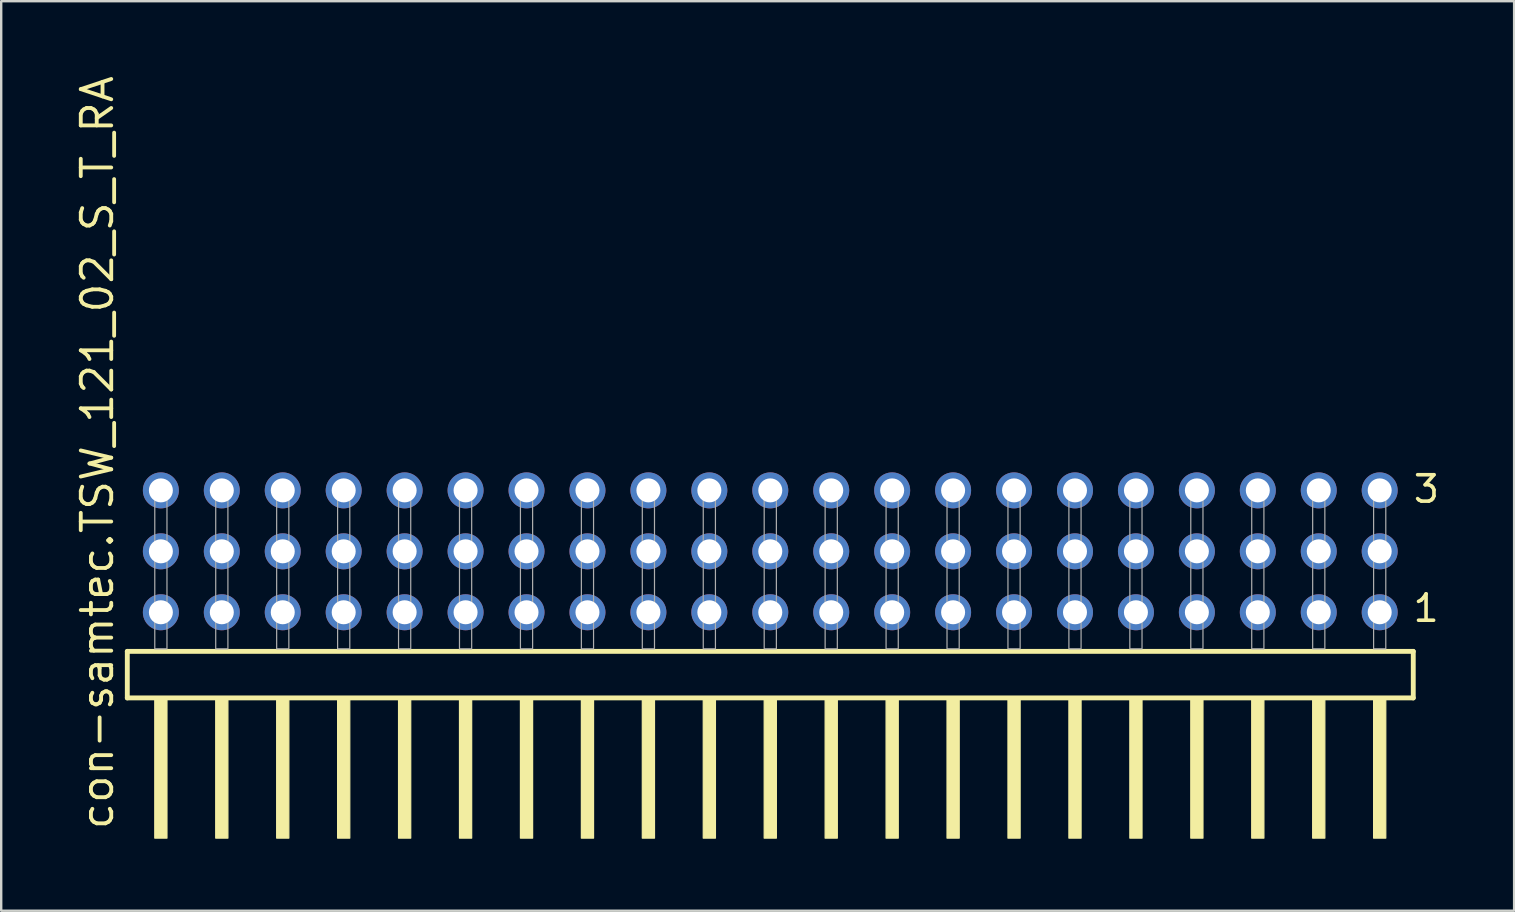
<source format=kicad_pcb>
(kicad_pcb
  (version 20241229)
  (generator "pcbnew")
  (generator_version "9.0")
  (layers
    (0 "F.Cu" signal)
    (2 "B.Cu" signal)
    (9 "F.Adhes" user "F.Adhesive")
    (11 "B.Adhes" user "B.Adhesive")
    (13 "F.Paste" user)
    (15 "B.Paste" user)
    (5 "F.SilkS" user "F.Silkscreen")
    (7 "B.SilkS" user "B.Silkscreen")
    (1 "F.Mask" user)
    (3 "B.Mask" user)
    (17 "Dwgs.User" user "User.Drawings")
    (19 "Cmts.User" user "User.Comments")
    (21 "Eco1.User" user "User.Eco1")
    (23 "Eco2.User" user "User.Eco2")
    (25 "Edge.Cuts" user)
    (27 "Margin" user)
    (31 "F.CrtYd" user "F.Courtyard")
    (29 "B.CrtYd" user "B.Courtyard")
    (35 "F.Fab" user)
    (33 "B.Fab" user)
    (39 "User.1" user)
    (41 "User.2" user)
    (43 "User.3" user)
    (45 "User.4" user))
  (footprint "con-samtec.TSW_121_02_S_T_RA"
    (layer "F.Cu")
    (at 29.055 23.993)
    (property "Reference" "con-samtec.TSW_121_02_S_T_RA" (at -27.305 7.62 90) (layer "F.SilkS") (effects (font (size 1.27 1.27) (thickness 0.16)) (justify left bottom)))
    (attr through_hole)
    (fp_line (start -26.799 0.106) (end -26.799 2.046) (stroke (width 0.203) (type default)) (layer "F.SilkS"))
    (fp_line (start -26.799 2.046) (end 26.799 2.046) (stroke (width 0.203) (type default)) (layer "F.SilkS"))
    (fp_line (start 26.799 0.106) (end -26.799 0.106) (stroke (width 0.203) (type default)) (layer "F.SilkS"))
    (fp_line (start 26.799 2.046) (end 26.799 0.106) (stroke (width 0.203) (type default)) (layer "F.SilkS"))
    (fp_rect (start -25.654 7.89) (end -25.146 2.04) (stroke (width 0.05) (type default)) (fill yes) (layer "F.SilkS"))
    (fp_rect (start -23.114 7.89) (end -22.606 2.04) (stroke (width 0.05) (type default)) (fill yes) (layer "F.SilkS"))
    (fp_rect (start -20.574 7.89) (end -20.066 2.04) (stroke (width 0.05) (type default)) (fill yes) (layer "F.SilkS"))
    (fp_rect (start -18.034 7.89) (end -17.526 2.04) (stroke (width 0.05) (type default)) (fill yes) (layer "F.SilkS"))
    (fp_rect (start -15.494 7.89) (end -14.986 2.04) (stroke (width 0.05) (type default)) (fill yes) (layer "F.SilkS"))
    (fp_rect (start -12.954 7.89) (end -12.446 2.04) (stroke (width 0.05) (type default)) (fill yes) (layer "F.SilkS"))
    (fp_rect (start -10.414 7.89) (end -9.906 2.04) (stroke (width 0.05) (type default)) (fill yes) (layer "F.SilkS"))
    (fp_rect (start -7.874 7.89) (end -7.366 2.04) (stroke (width 0.05) (type default)) (fill yes) (layer "F.SilkS"))
    (fp_rect (start -5.334 7.89) (end -4.826 2.04) (stroke (width 0.05) (type default)) (fill yes) (layer "F.SilkS"))
    (fp_rect (start -2.794 7.89) (end -2.286 2.04) (stroke (width 0.05) (type default)) (fill yes) (layer "F.SilkS"))
    (fp_rect (start -0.254 7.89) (end 0.254 2.04) (stroke (width 0.05) (type default)) (fill yes) (layer "F.SilkS"))
    (fp_rect (start 2.286 7.89) (end 2.794 2.04) (stroke (width 0.05) (type default)) (fill yes) (layer "F.SilkS"))
    (fp_rect (start 4.826 7.89) (end 5.334 2.04) (stroke (width 0.05) (type default)) (fill yes) (layer "F.SilkS"))
    (fp_rect (start 7.366 7.89) (end 7.874 2.04) (stroke (width 0.05) (type default)) (fill yes) (layer "F.SilkS"))
    (fp_rect (start 9.906 7.89) (end 10.414 2.04) (stroke (width 0.05) (type default)) (fill yes) (layer "F.SilkS"))
    (fp_rect (start 12.446 7.89) (end 12.954 2.04) (stroke (width 0.05) (type default)) (fill yes) (layer "F.SilkS"))
    (fp_rect (start 14.986 7.89) (end 15.494 2.04) (stroke (width 0.05) (type default)) (fill yes) (layer "F.SilkS"))
    (fp_rect (start 17.526 7.89) (end 18.034 2.04) (stroke (width 0.05) (type default)) (fill yes) (layer "F.SilkS"))
    (fp_rect (start 20.066 7.89) (end 20.574 2.04) (stroke (width 0.05) (type default)) (fill yes) (layer "F.SilkS"))
    (fp_rect (start 22.606 7.89) (end 23.114 2.04) (stroke (width 0.05) (type default)) (fill yes) (layer "F.SilkS"))
    (fp_rect (start 25.146 7.89) (end 25.654 2.04) (stroke (width 0.05) (type default)) (fill yes) (layer "F.SilkS"))
    (fp_rect (start -25.654 0) (end -25.146 -6.858) (stroke (width 0.05) (type default)) (fill no) (layer "F.Fab"))
    (fp_rect (start -23.114 0) (end -22.606 -6.858) (stroke (width 0.05) (type default)) (fill no) (layer "F.Fab"))
    (fp_rect (start -20.574 0) (end -20.066 -6.858) (stroke (width 0.05) (type default)) (fill no) (layer "F.Fab"))
    (fp_rect (start -18.034 0) (end -17.526 -6.858) (stroke (width 0.05) (type default)) (fill no) (layer "F.Fab"))
    (fp_rect (start -15.494 0) (end -14.986 -6.858) (stroke (width 0.05) (type default)) (fill no) (layer "F.Fab"))
    (fp_rect (start -12.954 0) (end -12.446 -6.858) (stroke (width 0.05) (type default)) (fill no) (layer "F.Fab"))
    (fp_rect (start -10.414 0) (end -9.906 -6.858) (stroke (width 0.05) (type default)) (fill no) (layer "F.Fab"))
    (fp_rect (start -7.874 0) (end -7.366 -6.858) (stroke (width 0.05) (type default)) (fill no) (layer "F.Fab"))
    (fp_rect (start -5.334 0) (end -4.826 -6.858) (stroke (width 0.05) (type default)) (fill no) (layer "F.Fab"))
    (fp_rect (start -2.794 0) (end -2.286 -6.858) (stroke (width 0.05) (type default)) (fill no) (layer "F.Fab"))
    (fp_rect (start -0.254 0) (end 0.254 -6.858) (stroke (width 0.05) (type default)) (fill no) (layer "F.Fab"))
    (fp_rect (start 2.286 0) (end 2.794 -6.858) (stroke (width 0.05) (type default)) (fill no) (layer "F.Fab"))
    (fp_rect (start 4.826 0) (end 5.334 -6.858) (stroke (width 0.05) (type default)) (fill no) (layer "F.Fab"))
    (fp_rect (start 7.366 0) (end 7.874 -6.858) (stroke (width 0.05) (type default)) (fill no) (layer "F.Fab"))
    (fp_rect (start 9.906 0) (end 10.414 -6.858) (stroke (width 0.05) (type default)) (fill no) (layer "F.Fab"))
    (fp_rect (start 12.446 0) (end 12.954 -6.858) (stroke (width 0.05) (type default)) (fill no) (layer "F.Fab"))
    (fp_rect (start 14.986 0) (end 15.494 -6.858) (stroke (width 0.05) (type default)) (fill no) (layer "F.Fab"))
    (fp_rect (start 17.526 0) (end 18.034 -6.858) (stroke (width 0.05) (type default)) (fill no) (layer "F.Fab"))
    (fp_rect (start 20.066 0) (end 20.574 -6.858) (stroke (width 0.05) (type default)) (fill no) (layer "F.Fab"))
    (fp_rect (start 22.606 0) (end 23.114 -6.858) (stroke (width 0.05) (type default)) (fill no) (layer "F.Fab"))
    (fp_rect (start 25.146 0) (end 25.654 -6.858) (stroke (width 0.05) (type default)) (fill no) (layer "F.Fab"))
    (fp_text user "3" (at 26.725 -6.015 0) (layer "F.SilkS") (effects (font (size 1.1 1.1) (thickness 0.15)) (justify left bottom)))
    (fp_text user "1" (at 26.71 -1.05 0) (layer "F.SilkS") (effects (font (size 1.1 1.1) (thickness 0.15)) (justify left bottom)))
    (pad "1" thru_hole circle (at 25.4 -1.524 180) (size 1.5 1.5) (drill 1) (layers "*.Cu" "*.Mask"))
    (pad "2" thru_hole circle (at 25.4 -4.064 180) (size 1.5 1.5) (drill 1) (layers "*.Cu" "*.Mask"))
    (pad "3" thru_hole circle (at 25.4 -6.604 180) (size 1.5 1.5) (drill 1) (layers "*.Cu" "*.Mask"))
    (pad "4" thru_hole circle (at 22.86 -1.524 180) (size 1.5 1.5) (drill 1) (layers "*.Cu" "*.Mask"))
    (pad "5" thru_hole circle (at 22.86 -4.064 180) (size 1.5 1.5) (drill 1) (layers "*.Cu" "*.Mask"))
    (pad "6" thru_hole circle (at 22.86 -6.604 180) (size 1.5 1.5) (drill 1) (layers "*.Cu" "*.Mask"))
    (pad "7" thru_hole circle (at 20.32 -1.524 180) (size 1.5 1.5) (drill 1) (layers "*.Cu" "*.Mask"))
    (pad "8" thru_hole circle (at 20.32 -4.064 180) (size 1.5 1.5) (drill 1) (layers "*.Cu" "*.Mask"))
    (pad "9" thru_hole circle (at 20.32 -6.604 180) (size 1.5 1.5) (drill 1) (layers "*.Cu" "*.Mask"))
    (pad "10" thru_hole circle (at 17.78 -1.524 180) (size 1.5 1.5) (drill 1) (layers "*.Cu" "*.Mask"))
    (pad "11" thru_hole circle (at 17.78 -4.064 180) (size 1.5 1.5) (drill 1) (layers "*.Cu" "*.Mask"))
    (pad "12" thru_hole circle (at 17.78 -6.604 180) (size 1.5 1.5) (drill 1) (layers "*.Cu" "*.Mask"))
    (pad "13" thru_hole circle (at 15.24 -1.524 180) (size 1.5 1.5) (drill 1) (layers "*.Cu" "*.Mask"))
    (pad "14" thru_hole circle (at 15.24 -4.064 180) (size 1.5 1.5) (drill 1) (layers "*.Cu" "*.Mask"))
    (pad "15" thru_hole circle (at 15.24 -6.604 180) (size 1.5 1.5) (drill 1) (layers "*.Cu" "*.Mask"))
    (pad "16" thru_hole circle (at 12.7 -1.524 180) (size 1.5 1.5) (drill 1) (layers "*.Cu" "*.Mask"))
    (pad "17" thru_hole circle (at 12.7 -4.064 180) (size 1.5 1.5) (drill 1) (layers "*.Cu" "*.Mask"))
    (pad "18" thru_hole circle (at 12.7 -6.604 180) (size 1.5 1.5) (drill 1) (layers "*.Cu" "*.Mask"))
    (pad "19" thru_hole circle (at 10.16 -1.524 180) (size 1.5 1.5) (drill 1) (layers "*.Cu" "*.Mask"))
    (pad "20" thru_hole circle (at 10.16 -4.064 180) (size 1.5 1.5) (drill 1) (layers "*.Cu" "*.Mask"))
    (pad "21" thru_hole circle (at 10.16 -6.604 180) (size 1.5 1.5) (drill 1) (layers "*.Cu" "*.Mask"))
    (pad "22" thru_hole circle (at 7.62 -1.524 180) (size 1.5 1.5) (drill 1) (layers "*.Cu" "*.Mask"))
    (pad "23" thru_hole circle (at 7.62 -4.064 180) (size 1.5 1.5) (drill 1) (layers "*.Cu" "*.Mask"))
    (pad "24" thru_hole circle (at 7.62 -6.604 180) (size 1.5 1.5) (drill 1) (layers "*.Cu" "*.Mask"))
    (pad "25" thru_hole circle (at 5.08 -1.524 180) (size 1.5 1.5) (drill 1) (layers "*.Cu" "*.Mask"))
    (pad "26" thru_hole circle (at 5.08 -4.064 180) (size 1.5 1.5) (drill 1) (layers "*.Cu" "*.Mask"))
    (pad "27" thru_hole circle (at 5.08 -6.604 180) (size 1.5 1.5) (drill 1) (layers "*.Cu" "*.Mask"))
    (pad "28" thru_hole circle (at 2.54 -1.524 180) (size 1.5 1.5) (drill 1) (layers "*.Cu" "*.Mask"))
    (pad "29" thru_hole circle (at 2.54 -4.064 180) (size 1.5 1.5) (drill 1) (layers "*.Cu" "*.Mask"))
    (pad "30" thru_hole circle (at 2.54 -6.604 180) (size 1.5 1.5) (drill 1) (layers "*.Cu" "*.Mask"))
    (pad "31" thru_hole circle (at 0 -1.524 180) (size 1.5 1.5) (drill 1) (layers "*.Cu" "*.Mask"))
    (pad "32" thru_hole circle (at 0 -4.064 180) (size 1.5 1.5) (drill 1) (layers "*.Cu" "*.Mask"))
    (pad "33" thru_hole circle (at 0 -6.604 180) (size 1.5 1.5) (drill 1) (layers "*.Cu" "*.Mask"))
    (pad "34" thru_hole circle (at -2.54 -1.524 180) (size 1.5 1.5) (drill 1) (layers "*.Cu" "*.Mask"))
    (pad "35" thru_hole circle (at -2.54 -4.064 180) (size 1.5 1.5) (drill 1) (layers "*.Cu" "*.Mask"))
    (pad "36" thru_hole circle (at -2.54 -6.604 180) (size 1.5 1.5) (drill 1) (layers "*.Cu" "*.Mask"))
    (pad "37" thru_hole circle (at -5.08 -1.524 180) (size 1.5 1.5) (drill 1) (layers "*.Cu" "*.Mask"))
    (pad "38" thru_hole circle (at -5.08 -4.064 180) (size 1.5 1.5) (drill 1) (layers "*.Cu" "*.Mask"))
    (pad "39" thru_hole circle (at -5.08 -6.604 180) (size 1.5 1.5) (drill 1) (layers "*.Cu" "*.Mask"))
    (pad "40" thru_hole circle (at -7.62 -1.524 180) (size 1.5 1.5) (drill 1) (layers "*.Cu" "*.Mask"))
    (pad "41" thru_hole circle (at -7.62 -4.064 180) (size 1.5 1.5) (drill 1) (layers "*.Cu" "*.Mask"))
    (pad "42" thru_hole circle (at -7.62 -6.604 180) (size 1.5 1.5) (drill 1) (layers "*.Cu" "*.Mask"))
    (pad "43" thru_hole circle (at -10.16 -1.524 180) (size 1.5 1.5) (drill 1) (layers "*.Cu" "*.Mask"))
    (pad "44" thru_hole circle (at -10.16 -4.064 180) (size 1.5 1.5) (drill 1) (layers "*.Cu" "*.Mask"))
    (pad "45" thru_hole circle (at -10.16 -6.604 180) (size 1.5 1.5) (drill 1) (layers "*.Cu" "*.Mask"))
    (pad "46" thru_hole circle (at -12.7 -1.524 180) (size 1.5 1.5) (drill 1) (layers "*.Cu" "*.Mask"))
    (pad "47" thru_hole circle (at -12.7 -4.064 180) (size 1.5 1.5) (drill 1) (layers "*.Cu" "*.Mask"))
    (pad "48" thru_hole circle (at -12.7 -6.604 180) (size 1.5 1.5) (drill 1) (layers "*.Cu" "*.Mask"))
    (pad "49" thru_hole circle (at -15.24 -1.524 180) (size 1.5 1.5) (drill 1) (layers "*.Cu" "*.Mask"))
    (pad "50" thru_hole circle (at -15.24 -4.064 180) (size 1.5 1.5) (drill 1) (layers "*.Cu" "*.Mask"))
    (pad "51" thru_hole circle (at -15.24 -6.604 180) (size 1.5 1.5) (drill 1) (layers "*.Cu" "*.Mask"))
    (pad "52" thru_hole circle (at -17.78 -1.524 180) (size 1.5 1.5) (drill 1) (layers "*.Cu" "*.Mask"))
    (pad "53" thru_hole circle (at -17.78 -4.064 180) (size 1.5 1.5) (drill 1) (layers "*.Cu" "*.Mask"))
    (pad "54" thru_hole circle (at -17.78 -6.604 180) (size 1.5 1.5) (drill 1) (layers "*.Cu" "*.Mask"))
    (pad "55" thru_hole circle (at -20.32 -1.524 180) (size 1.5 1.5) (drill 1) (layers "*.Cu" "*.Mask"))
    (pad "56" thru_hole circle (at -20.32 -4.064 180) (size 1.5 1.5) (drill 1) (layers "*.Cu" "*.Mask"))
    (pad "57" thru_hole circle (at -20.32 -6.604 180) (size 1.5 1.5) (drill 1) (layers "*.Cu" "*.Mask"))
    (pad "58" thru_hole circle (at -22.86 -1.524 180) (size 1.5 1.5) (drill 1) (layers "*.Cu" "*.Mask"))
    (pad "59" thru_hole circle (at -22.86 -4.064 180) (size 1.5 1.5) (drill 1) (layers "*.Cu" "*.Mask"))
    (pad "60" thru_hole circle (at -22.86 -6.604 180) (size 1.5 1.5) (drill 1) (layers "*.Cu" "*.Mask"))
    (pad "61" thru_hole circle (at -25.4 -1.524 180) (size 1.5 1.5) (drill 1) (layers "*.Cu" "*.Mask"))
    (pad "62" thru_hole circle (at -25.4 -4.064 180) (size 1.5 1.5) (drill 1) (layers "*.Cu" "*.Mask"))
    (pad "63" thru_hole circle (at -25.4 -6.604 180) (size 1.5 1.5) (drill 1) (layers "*.Cu" "*.Mask")))
  (gr_rect
    (start -3 -3)
    (end 60.058 34.908)
    (stroke (width 0.1) (type default))
    (fill no)
    (layer "Edge.Cuts")))
</source>
